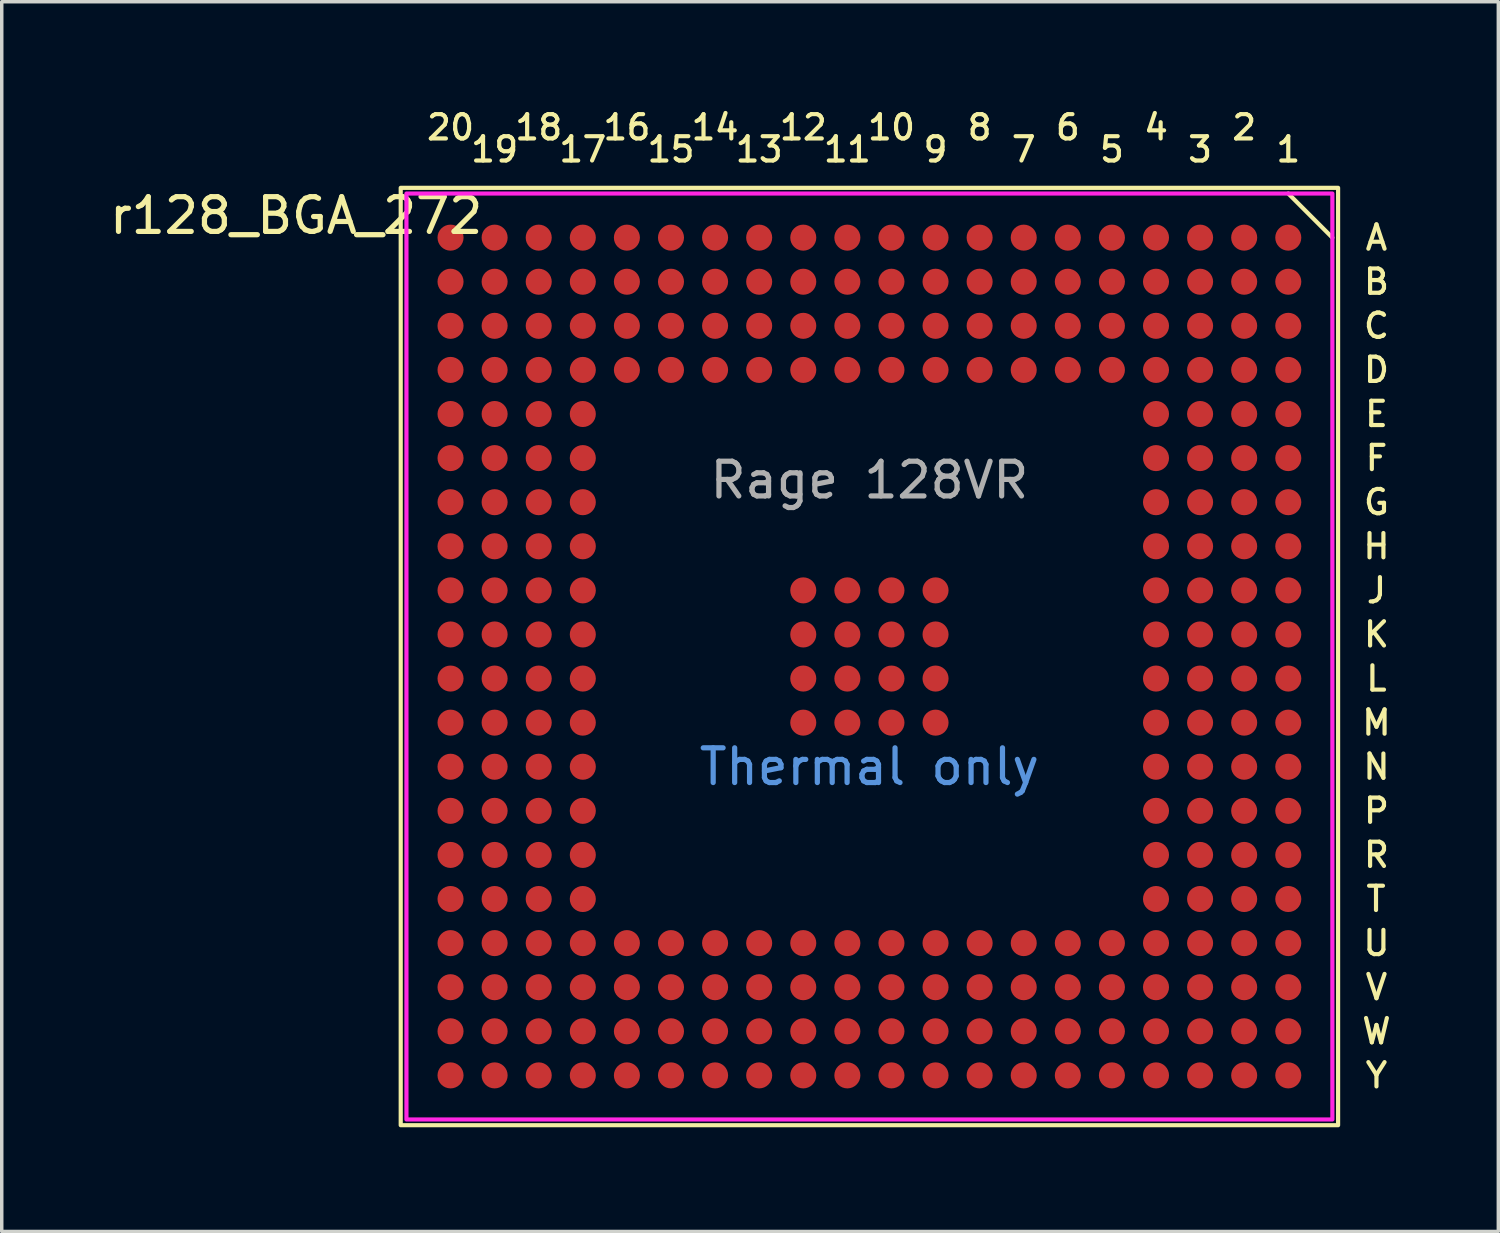
<source format=kicad_pcb>
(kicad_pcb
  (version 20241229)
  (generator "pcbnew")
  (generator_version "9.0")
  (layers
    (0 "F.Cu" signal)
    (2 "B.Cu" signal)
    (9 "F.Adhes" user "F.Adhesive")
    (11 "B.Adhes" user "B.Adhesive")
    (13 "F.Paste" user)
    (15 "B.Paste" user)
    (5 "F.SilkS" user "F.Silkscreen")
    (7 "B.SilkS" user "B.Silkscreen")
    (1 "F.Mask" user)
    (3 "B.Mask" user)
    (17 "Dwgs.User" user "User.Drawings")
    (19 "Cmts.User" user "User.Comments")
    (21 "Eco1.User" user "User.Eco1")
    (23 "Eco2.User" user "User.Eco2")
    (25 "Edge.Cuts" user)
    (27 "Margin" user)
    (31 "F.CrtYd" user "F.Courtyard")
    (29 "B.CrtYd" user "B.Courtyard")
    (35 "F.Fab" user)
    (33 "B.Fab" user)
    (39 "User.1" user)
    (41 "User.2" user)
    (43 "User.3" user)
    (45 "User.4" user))
  (footprint "r128_BGA_272"
    (layer "F.Cu")
    (at 9.927 3.795)
    (property "Reference" "r128_BGA_272" (at -4.445 -0.635 0) (unlocked yes) (layer "F.SilkS") (effects (font (size 1 1) (thickness 0.15))))
    (attr smd)
    (fp_circle (center 0 0) (end -0.3 0) (stroke (width 0) (type solid)) (fill yes) (layer "F.Mask"))
    (fp_circle (center 0 1.27) (end -0.3 1.27) (stroke (width 0) (type solid)) (fill yes) (layer "F.Mask"))
    (fp_circle (center 0 2.54) (end -0.3 2.54) (stroke (width 0) (type solid)) (fill yes) (layer "F.Mask"))
    (fp_circle (center 0 3.81) (end -0.3 3.81) (stroke (width 0) (type solid)) (fill yes) (layer "F.Mask"))
    (fp_circle (center 0 5.08) (end -0.3 5.08) (stroke (width 0) (type solid)) (fill yes) (layer "F.Mask"))
    (fp_circle (center 0 6.35) (end -0.3 6.35) (stroke (width 0) (type solid)) (fill yes) (layer "F.Mask"))
    (fp_circle (center 0 7.62) (end -0.3 7.62) (stroke (width 0) (type solid)) (fill yes) (layer "F.Mask"))
    (fp_circle (center 0 8.89) (end -0.3 8.89) (stroke (width 0) (type solid)) (fill yes) (layer "F.Mask"))
    (fp_circle (center 0 10.16) (end -0.3 10.16) (stroke (width 0) (type solid)) (fill yes) (layer "F.Mask"))
    (fp_circle (center 0 11.43) (end -0.3 11.43) (stroke (width 0) (type solid)) (fill yes) (layer "F.Mask"))
    (fp_circle (center 0 12.7) (end -0.3 12.7) (stroke (width 0) (type solid)) (fill yes) (layer "F.Mask"))
    (fp_circle (center 0 13.97) (end -0.3 13.97) (stroke (width 0) (type solid)) (fill yes) (layer "F.Mask"))
    (fp_circle (center 0 15.24) (end -0.3 15.24) (stroke (width 0) (type solid)) (fill yes) (layer "F.Mask"))
    (fp_circle (center 0 16.51) (end -0.3 16.51) (stroke (width 0) (type solid)) (fill yes) (layer "F.Mask"))
    (fp_circle (center 0 17.78) (end -0.3 17.78) (stroke (width 0) (type solid)) (fill yes) (layer "F.Mask"))
    (fp_circle (center 0 19.05) (end -0.3 19.05) (stroke (width 0) (type solid)) (fill yes) (layer "F.Mask"))
    (fp_circle (center 0 20.32) (end -0.3 20.32) (stroke (width 0) (type solid)) (fill yes) (layer "F.Mask"))
    (fp_circle (center 0 21.59) (end -0.3 21.59) (stroke (width 0) (type solid)) (fill yes) (layer "F.Mask"))
    (fp_circle (center 0 22.86) (end -0.3 22.86) (stroke (width 0) (type solid)) (fill yes) (layer "F.Mask"))
    (fp_circle (center 0 24.13) (end -0.3 24.13) (stroke (width 0) (type solid)) (fill yes) (layer "F.Mask"))
    (fp_circle (center 1.27 0) (end 0.97 0) (stroke (width 0) (type solid)) (fill yes) (layer "F.Mask"))
    (fp_circle (center 1.27 1.27) (end 0.97 1.27) (stroke (width 0) (type solid)) (fill yes) (layer "F.Mask"))
    (fp_circle (center 1.27 2.54) (end 0.97 2.54) (stroke (width 0) (type solid)) (fill yes) (layer "F.Mask"))
    (fp_circle (center 1.27 3.81) (end 0.97 3.81) (stroke (width 0) (type solid)) (fill yes) (layer "F.Mask"))
    (fp_circle (center 1.27 5.08) (end 0.97 5.08) (stroke (width 0) (type solid)) (fill yes) (layer "F.Mask"))
    (fp_circle (center 1.27 6.35) (end 0.97 6.35) (stroke (width 0) (type solid)) (fill yes) (layer "F.Mask"))
    (fp_circle (center 1.27 7.62) (end 0.97 7.62) (stroke (width 0) (type solid)) (fill yes) (layer "F.Mask"))
    (fp_circle (center 1.27 8.89) (end 0.97 8.89) (stroke (width 0) (type solid)) (fill yes) (layer "F.Mask"))
    (fp_circle (center 1.27 10.16) (end 0.97 10.16) (stroke (width 0) (type solid)) (fill yes) (layer "F.Mask"))
    (fp_circle (center 1.27 11.43) (end 0.97 11.43) (stroke (width 0) (type solid)) (fill yes) (layer "F.Mask"))
    (fp_circle (center 1.27 12.7) (end 0.97 12.7) (stroke (width 0) (type solid)) (fill yes) (layer "F.Mask"))
    (fp_circle (center 1.27 13.97) (end 0.97 13.97) (stroke (width 0) (type solid)) (fill yes) (layer "F.Mask"))
    (fp_circle (center 1.27 15.24) (end 0.97 15.24) (stroke (width 0) (type solid)) (fill yes) (layer "F.Mask"))
    (fp_circle (center 1.27 16.51) (end 0.97 16.51) (stroke (width 0) (type solid)) (fill yes) (layer "F.Mask"))
    (fp_circle (center 1.27 17.78) (end 0.97 17.78) (stroke (width 0) (type solid)) (fill yes) (layer "F.Mask"))
    (fp_circle (center 1.27 19.05) (end 0.97 19.05) (stroke (width 0) (type solid)) (fill yes) (layer "F.Mask"))
    (fp_circle (center 1.27 20.32) (end 0.97 20.32) (stroke (width 0) (type solid)) (fill yes) (layer "F.Mask"))
    (fp_circle (center 1.27 21.59) (end 0.97 21.59) (stroke (width 0) (type solid)) (fill yes) (layer "F.Mask"))
    (fp_circle (center 1.27 22.86) (end 0.97 22.86) (stroke (width 0) (type solid)) (fill yes) (layer "F.Mask"))
    (fp_circle (center 1.27 24.13) (end 0.97 24.13) (stroke (width 0) (type solid)) (fill yes) (layer "F.Mask"))
    (fp_circle (center 2.54 0) (end 2.24 0) (stroke (width 0) (type solid)) (fill yes) (layer "F.Mask"))
    (fp_circle (center 2.54 1.27) (end 2.24 1.27) (stroke (width 0) (type solid)) (fill yes) (layer "F.Mask"))
    (fp_circle (center 2.54 2.54) (end 2.24 2.54) (stroke (width 0) (type solid)) (fill yes) (layer "F.Mask"))
    (fp_circle (center 2.54 3.81) (end 2.24 3.81) (stroke (width 0) (type solid)) (fill yes) (layer "F.Mask"))
    (fp_circle (center 2.54 5.08) (end 2.24 5.08) (stroke (width 0) (type solid)) (fill yes) (layer "F.Mask"))
    (fp_circle (center 2.54 6.35) (end 2.24 6.35) (stroke (width 0) (type solid)) (fill yes) (layer "F.Mask"))
    (fp_circle (center 2.54 7.62) (end 2.24 7.62) (stroke (width 0) (type solid)) (fill yes) (layer "F.Mask"))
    (fp_circle (center 2.54 8.89) (end 2.24 8.89) (stroke (width 0) (type solid)) (fill yes) (layer "F.Mask"))
    (fp_circle (center 2.54 10.16) (end 2.24 10.16) (stroke (width 0) (type solid)) (fill yes) (layer "F.Mask"))
    (fp_circle (center 2.54 11.43) (end 2.24 11.43) (stroke (width 0) (type solid)) (fill yes) (layer "F.Mask"))
    (fp_circle (center 2.54 12.7) (end 2.24 12.7) (stroke (width 0) (type solid)) (fill yes) (layer "F.Mask"))
    (fp_circle (center 2.54 13.97) (end 2.24 13.97) (stroke (width 0) (type solid)) (fill yes) (layer "F.Mask"))
    (fp_circle (center 2.54 15.24) (end 2.24 15.24) (stroke (width 0) (type solid)) (fill yes) (layer "F.Mask"))
    (fp_circle (center 2.54 16.51) (end 2.24 16.51) (stroke (width 0) (type solid)) (fill yes) (layer "F.Mask"))
    (fp_circle (center 2.54 17.78) (end 2.24 17.78) (stroke (width 0) (type solid)) (fill yes) (layer "F.Mask"))
    (fp_circle (center 2.54 19.05) (end 2.24 19.05) (stroke (width 0) (type solid)) (fill yes) (layer "F.Mask"))
    (fp_circle (center 2.54 20.32) (end 2.24 20.32) (stroke (width 0) (type solid)) (fill yes) (layer "F.Mask"))
    (fp_circle (center 2.54 21.59) (end 2.24 21.59) (stroke (width 0) (type solid)) (fill yes) (layer "F.Mask"))
    (fp_circle (center 2.54 22.86) (end 2.24 22.86) (stroke (width 0) (type solid)) (fill yes) (layer "F.Mask"))
    (fp_circle (center 2.54 24.13) (end 2.24 24.13) (stroke (width 0) (type solid)) (fill yes) (layer "F.Mask"))
    (fp_circle (center 3.81 0) (end 3.51 0) (stroke (width 0) (type solid)) (fill yes) (layer "F.Mask"))
    (fp_circle (center 3.81 1.27) (end 3.51 1.27) (stroke (width 0) (type solid)) (fill yes) (layer "F.Mask"))
    (fp_circle (center 3.81 2.54) (end 3.51 2.54) (stroke (width 0) (type solid)) (fill yes) (layer "F.Mask"))
    (fp_circle (center 3.81 3.81) (end 3.51 3.81) (stroke (width 0) (type solid)) (fill yes) (layer "F.Mask"))
    (fp_circle (center 3.81 5.08) (end 3.51 5.08) (stroke (width 0) (type solid)) (fill yes) (layer "F.Mask"))
    (fp_circle (center 3.81 6.35) (end 3.51 6.35) (stroke (width 0) (type solid)) (fill yes) (layer "F.Mask"))
    (fp_circle (center 3.81 7.62) (end 3.51 7.62) (stroke (width 0) (type solid)) (fill yes) (layer "F.Mask"))
    (fp_circle (center 3.81 8.89) (end 3.51 8.89) (stroke (width 0) (type solid)) (fill yes) (layer "F.Mask"))
    (fp_circle (center 3.81 10.16) (end 3.51 10.16) (stroke (width 0) (type solid)) (fill yes) (layer "F.Mask"))
    (fp_circle (center 3.81 11.43) (end 3.51 11.43) (stroke (width 0) (type solid)) (fill yes) (layer "F.Mask"))
    (fp_circle (center 3.81 12.7) (end 3.51 12.7) (stroke (width 0) (type solid)) (fill yes) (layer "F.Mask"))
    (fp_circle (center 3.81 13.97) (end 3.51 13.97) (stroke (width 0) (type solid)) (fill yes) (layer "F.Mask"))
    (fp_circle (center 3.81 15.24) (end 3.51 15.24) (stroke (width 0) (type solid)) (fill yes) (layer "F.Mask"))
    (fp_circle (center 3.81 16.51) (end 3.51 16.51) (stroke (width 0) (type solid)) (fill yes) (layer "F.Mask"))
    (fp_circle (center 3.81 17.78) (end 3.51 17.78) (stroke (width 0) (type solid)) (fill yes) (layer "F.Mask"))
    (fp_circle (center 3.81 19.05) (end 3.51 19.05) (stroke (width 0) (type solid)) (fill yes) (layer "F.Mask"))
    (fp_circle (center 3.81 20.32) (end 3.51 20.32) (stroke (width 0) (type solid)) (fill yes) (layer "F.Mask"))
    (fp_circle (center 3.81 21.59) (end 3.51 21.59) (stroke (width 0) (type solid)) (fill yes) (layer "F.Mask"))
    (fp_circle (center 3.81 22.86) (end 3.51 22.86) (stroke (width 0) (type solid)) (fill yes) (layer "F.Mask"))
    (fp_circle (center 3.81 24.13) (end 3.51 24.13) (stroke (width 0) (type solid)) (fill yes) (layer "F.Mask"))
    (fp_circle (center 5.08 0) (end 4.78 0) (stroke (width 0) (type solid)) (fill yes) (layer "F.Mask"))
    (fp_circle (center 5.08 1.27) (end 4.78 1.27) (stroke (width 0) (type solid)) (fill yes) (layer "F.Mask"))
    (fp_circle (center 5.08 2.54) (end 4.78 2.54) (stroke (width 0) (type solid)) (fill yes) (layer "F.Mask"))
    (fp_circle (center 5.08 3.81) (end 4.78 3.81) (stroke (width 0) (type solid)) (fill yes) (layer "F.Mask"))
    (fp_circle (center 5.08 20.32) (end 4.78 20.32) (stroke (width 0) (type solid)) (fill yes) (layer "F.Mask"))
    (fp_circle (center 5.08 21.59) (end 4.78 21.59) (stroke (width 0) (type solid)) (fill yes) (layer "F.Mask"))
    (fp_circle (center 5.08 22.86) (end 4.78 22.86) (stroke (width 0) (type solid)) (fill yes) (layer "F.Mask"))
    (fp_circle (center 5.08 24.13) (end 4.78 24.13) (stroke (width 0) (type solid)) (fill yes) (layer "F.Mask"))
    (fp_circle (center 6.35 0) (end 6.05 0) (stroke (width 0) (type solid)) (fill yes) (layer "F.Mask"))
    (fp_circle (center 6.35 1.27) (end 6.05 1.27) (stroke (width 0) (type solid)) (fill yes) (layer "F.Mask"))
    (fp_circle (center 6.35 2.54) (end 6.05 2.54) (stroke (width 0) (type solid)) (fill yes) (layer "F.Mask"))
    (fp_circle (center 6.35 3.81) (end 6.05 3.81) (stroke (width 0) (type solid)) (fill yes) (layer "F.Mask"))
    (fp_circle (center 6.35 20.32) (end 6.05 20.32) (stroke (width 0) (type solid)) (fill yes) (layer "F.Mask"))
    (fp_circle (center 6.35 21.59) (end 6.05 21.59) (stroke (width 0) (type solid)) (fill yes) (layer "F.Mask"))
    (fp_circle (center 6.35 22.86) (end 6.05 22.86) (stroke (width 0) (type solid)) (fill yes) (layer "F.Mask"))
    (fp_circle (center 6.35 24.13) (end 6.05 24.13) (stroke (width 0) (type solid)) (fill yes) (layer "F.Mask"))
    (fp_circle (center 7.62 0) (end 7.32 0) (stroke (width 0) (type solid)) (fill yes) (layer "F.Mask"))
    (fp_circle (center 7.62 1.27) (end 7.32 1.27) (stroke (width 0) (type solid)) (fill yes) (layer "F.Mask"))
    (fp_circle (center 7.62 2.54) (end 7.32 2.54) (stroke (width 0) (type solid)) (fill yes) (layer "F.Mask"))
    (fp_circle (center 7.62 3.81) (end 7.32 3.81) (stroke (width 0) (type solid)) (fill yes) (layer "F.Mask"))
    (fp_circle (center 7.62 20.32) (end 7.32 20.32) (stroke (width 0) (type solid)) (fill yes) (layer "F.Mask"))
    (fp_circle (center 7.62 21.59) (end 7.32 21.59) (stroke (width 0) (type solid)) (fill yes) (layer "F.Mask"))
    (fp_circle (center 7.62 22.86) (end 7.32 22.86) (stroke (width 0) (type solid)) (fill yes) (layer "F.Mask"))
    (fp_circle (center 7.62 24.13) (end 7.32 24.13) (stroke (width 0) (type solid)) (fill yes) (layer "F.Mask"))
    (fp_circle (center 8.89 0) (end 8.59 0) (stroke (width 0) (type solid)) (fill yes) (layer "F.Mask"))
    (fp_circle (center 8.89 1.27) (end 8.59 1.27) (stroke (width 0) (type solid)) (fill yes) (layer "F.Mask"))
    (fp_circle (center 8.89 2.54) (end 8.59 2.54) (stroke (width 0) (type solid)) (fill yes) (layer "F.Mask"))
    (fp_circle (center 8.89 3.81) (end 8.59 3.81) (stroke (width 0) (type solid)) (fill yes) (layer "F.Mask"))
    (fp_circle (center 8.89 20.32) (end 8.59 20.32) (stroke (width 0) (type solid)) (fill yes) (layer "F.Mask"))
    (fp_circle (center 8.89 21.59) (end 8.59 21.59) (stroke (width 0) (type solid)) (fill yes) (layer "F.Mask"))
    (fp_circle (center 8.89 22.86) (end 8.59 22.86) (stroke (width 0) (type solid)) (fill yes) (layer "F.Mask"))
    (fp_circle (center 8.89 24.13) (end 8.59 24.13) (stroke (width 0) (type solid)) (fill yes) (layer "F.Mask"))
    (fp_circle (center 10.16 0) (end 9.86 0) (stroke (width 0) (type solid)) (fill yes) (layer "F.Mask"))
    (fp_circle (center 10.16 1.27) (end 9.86 1.27) (stroke (width 0) (type solid)) (fill yes) (layer "F.Mask"))
    (fp_circle (center 10.16 2.54) (end 9.86 2.54) (stroke (width 0) (type solid)) (fill yes) (layer "F.Mask"))
    (fp_circle (center 10.16 3.81) (end 9.86 3.81) (stroke (width 0) (type solid)) (fill yes) (layer "F.Mask"))
    (fp_circle (center 10.16 10.16) (end 9.86 10.16) (stroke (width 0) (type solid)) (fill yes) (layer "F.Mask"))
    (fp_circle (center 10.16 11.43) (end 9.86 11.43) (stroke (width 0) (type solid)) (fill yes) (layer "F.Mask"))
    (fp_circle (center 10.16 12.7) (end 9.86 12.7) (stroke (width 0) (type solid)) (fill yes) (layer "F.Mask"))
    (fp_circle (center 10.16 13.97) (end 9.86 13.97) (stroke (width 0) (type solid)) (fill yes) (layer "F.Mask"))
    (fp_circle (center 10.16 20.32) (end 9.86 20.32) (stroke (width 0) (type solid)) (fill yes) (layer "F.Mask"))
    (fp_circle (center 10.16 21.59) (end 9.86 21.59) (stroke (width 0) (type solid)) (fill yes) (layer "F.Mask"))
    (fp_circle (center 10.16 22.86) (end 9.86 22.86) (stroke (width 0) (type solid)) (fill yes) (layer "F.Mask"))
    (fp_circle (center 10.16 24.13) (end 9.86 24.13) (stroke (width 0) (type solid)) (fill yes) (layer "F.Mask"))
    (fp_circle (center 11.43 0) (end 11.13 0) (stroke (width 0) (type solid)) (fill yes) (layer "F.Mask"))
    (fp_circle (center 11.43 1.27) (end 11.13 1.27) (stroke (width 0) (type solid)) (fill yes) (layer "F.Mask"))
    (fp_circle (center 11.43 2.54) (end 11.13 2.54) (stroke (width 0) (type solid)) (fill yes) (layer "F.Mask"))
    (fp_circle (center 11.43 3.81) (end 11.13 3.81) (stroke (width 0) (type solid)) (fill yes) (layer "F.Mask"))
    (fp_circle (center 11.43 10.16) (end 11.13 10.16) (stroke (width 0) (type solid)) (fill yes) (layer "F.Mask"))
    (fp_circle (center 11.43 11.43) (end 11.13 11.43) (stroke (width 0) (type solid)) (fill yes) (layer "F.Mask"))
    (fp_circle (center 11.43 12.7) (end 11.13 12.7) (stroke (width 0) (type solid)) (fill yes) (layer "F.Mask"))
    (fp_circle (center 11.43 13.97) (end 11.13 13.97) (stroke (width 0) (type solid)) (fill yes) (layer "F.Mask"))
    (fp_circle (center 11.43 20.32) (end 11.13 20.32) (stroke (width 0) (type solid)) (fill yes) (layer "F.Mask"))
    (fp_circle (center 11.43 21.59) (end 11.13 21.59) (stroke (width 0) (type solid)) (fill yes) (layer "F.Mask"))
    (fp_circle (center 11.43 22.86) (end 11.13 22.86) (stroke (width 0) (type solid)) (fill yes) (layer "F.Mask"))
    (fp_circle (center 11.43 24.13) (end 11.13 24.13) (stroke (width 0) (type solid)) (fill yes) (layer "F.Mask"))
    (fp_circle (center 12.7 0) (end 12.4 0) (stroke (width 0) (type solid)) (fill yes) (layer "F.Mask"))
    (fp_circle (center 12.7 1.27) (end 12.4 1.27) (stroke (width 0) (type solid)) (fill yes) (layer "F.Mask"))
    (fp_circle (center 12.7 2.54) (end 12.4 2.54) (stroke (width 0) (type solid)) (fill yes) (layer "F.Mask"))
    (fp_circle (center 12.7 3.81) (end 12.4 3.81) (stroke (width 0) (type solid)) (fill yes) (layer "F.Mask"))
    (fp_circle (center 12.7 10.16) (end 12.4 10.16) (stroke (width 0) (type solid)) (fill yes) (layer "F.Mask"))
    (fp_circle (center 12.7 11.43) (end 12.4 11.43) (stroke (width 0) (type solid)) (fill yes) (layer "F.Mask"))
    (fp_circle (center 12.7 12.7) (end 12.4 12.7) (stroke (width 0) (type solid)) (fill yes) (layer "F.Mask"))
    (fp_circle (center 12.7 13.97) (end 12.4 13.97) (stroke (width 0) (type solid)) (fill yes) (layer "F.Mask"))
    (fp_circle (center 12.7 20.32) (end 12.4 20.32) (stroke (width 0) (type solid)) (fill yes) (layer "F.Mask"))
    (fp_circle (center 12.7 21.59) (end 12.4 21.59) (stroke (width 0) (type solid)) (fill yes) (layer "F.Mask"))
    (fp_circle (center 12.7 22.86) (end 12.4 22.86) (stroke (width 0) (type solid)) (fill yes) (layer "F.Mask"))
    (fp_circle (center 12.7 24.13) (end 12.4 24.13) (stroke (width 0) (type solid)) (fill yes) (layer "F.Mask"))
    (fp_circle (center 13.97 0) (end 13.67 0) (stroke (width 0) (type solid)) (fill yes) (layer "F.Mask"))
    (fp_circle (center 13.97 1.27) (end 13.67 1.27) (stroke (width 0) (type solid)) (fill yes) (layer "F.Mask"))
    (fp_circle (center 13.97 2.54) (end 13.67 2.54) (stroke (width 0) (type solid)) (fill yes) (layer "F.Mask"))
    (fp_circle (center 13.97 3.81) (end 13.67 3.81) (stroke (width 0) (type solid)) (fill yes) (layer "F.Mask"))
    (fp_circle (center 13.97 10.16) (end 13.67 10.16) (stroke (width 0) (type solid)) (fill yes) (layer "F.Mask"))
    (fp_circle (center 13.97 11.43) (end 13.67 11.43) (stroke (width 0) (type solid)) (fill yes) (layer "F.Mask"))
    (fp_circle (center 13.97 12.7) (end 13.67 12.7) (stroke (width 0) (type solid)) (fill yes) (layer "F.Mask"))
    (fp_circle (center 13.97 13.97) (end 13.67 13.97) (stroke (width 0) (type solid)) (fill yes) (layer "F.Mask"))
    (fp_circle (center 13.97 20.32) (end 13.67 20.32) (stroke (width 0) (type solid)) (fill yes) (layer "F.Mask"))
    (fp_circle (center 13.97 21.59) (end 13.67 21.59) (stroke (width 0) (type solid)) (fill yes) (layer "F.Mask"))
    (fp_circle (center 13.97 22.86) (end 13.67 22.86) (stroke (width 0) (type solid)) (fill yes) (layer "F.Mask"))
    (fp_circle (center 13.97 24.13) (end 13.67 24.13) (stroke (width 0) (type solid)) (fill yes) (layer "F.Mask"))
    (fp_circle (center 15.24 0) (end 14.94 0) (stroke (width 0) (type solid)) (fill yes) (layer "F.Mask"))
    (fp_circle (center 15.24 1.27) (end 14.94 1.27) (stroke (width 0) (type solid)) (fill yes) (layer "F.Mask"))
    (fp_circle (center 15.24 2.54) (end 14.94 2.54) (stroke (width 0) (type solid)) (fill yes) (layer "F.Mask"))
    (fp_circle (center 15.24 3.81) (end 14.94 3.81) (stroke (width 0) (type solid)) (fill yes) (layer "F.Mask"))
    (fp_circle (center 15.24 20.32) (end 14.94 20.32) (stroke (width 0) (type solid)) (fill yes) (layer "F.Mask"))
    (fp_circle (center 15.24 21.59) (end 14.94 21.59) (stroke (width 0) (type solid)) (fill yes) (layer "F.Mask"))
    (fp_circle (center 15.24 22.86) (end 14.94 22.86) (stroke (width 0) (type solid)) (fill yes) (layer "F.Mask"))
    (fp_circle (center 15.24 24.13) (end 14.94 24.13) (stroke (width 0) (type solid)) (fill yes) (layer "F.Mask"))
    (fp_circle (center 16.51 0) (end 16.21 0) (stroke (width 0) (type solid)) (fill yes) (layer "F.Mask"))
    (fp_circle (center 16.51 1.27) (end 16.21 1.27) (stroke (width 0) (type solid)) (fill yes) (layer "F.Mask"))
    (fp_circle (center 16.51 2.54) (end 16.21 2.54) (stroke (width 0) (type solid)) (fill yes) (layer "F.Mask"))
    (fp_circle (center 16.51 3.81) (end 16.21 3.81) (stroke (width 0) (type solid)) (fill yes) (layer "F.Mask"))
    (fp_circle (center 16.51 20.32) (end 16.21 20.32) (stroke (width 0) (type solid)) (fill yes) (layer "F.Mask"))
    (fp_circle (center 16.51 21.59) (end 16.21 21.59) (stroke (width 0) (type solid)) (fill yes) (layer "F.Mask"))
    (fp_circle (center 16.51 22.86) (end 16.21 22.86) (stroke (width 0) (type solid)) (fill yes) (layer "F.Mask"))
    (fp_circle (center 16.51 24.13) (end 16.21 24.13) (stroke (width 0) (type solid)) (fill yes) (layer "F.Mask"))
    (fp_circle (center 17.78 0) (end 17.48 0) (stroke (width 0) (type solid)) (fill yes) (layer "F.Mask"))
    (fp_circle (center 17.78 1.27) (end 17.48 1.27) (stroke (width 0) (type solid)) (fill yes) (layer "F.Mask"))
    (fp_circle (center 17.78 2.54) (end 17.48 2.54) (stroke (width 0) (type solid)) (fill yes) (layer "F.Mask"))
    (fp_circle (center 17.78 3.81) (end 17.48 3.81) (stroke (width 0) (type solid)) (fill yes) (layer "F.Mask"))
    (fp_circle (center 17.78 20.32) (end 17.48 20.32) (stroke (width 0) (type solid)) (fill yes) (layer "F.Mask"))
    (fp_circle (center 17.78 21.59) (end 17.48 21.59) (stroke (width 0) (type solid)) (fill yes) (layer "F.Mask"))
    (fp_circle (center 17.78 22.86) (end 17.48 22.86) (stroke (width 0) (type solid)) (fill yes) (layer "F.Mask"))
    (fp_circle (center 17.78 24.13) (end 17.48 24.13) (stroke (width 0) (type solid)) (fill yes) (layer "F.Mask"))
    (fp_circle (center 19.05 0) (end 18.75 0) (stroke (width 0) (type solid)) (fill yes) (layer "F.Mask"))
    (fp_circle (center 19.05 1.27) (end 18.75 1.27) (stroke (width 0) (type solid)) (fill yes) (layer "F.Mask"))
    (fp_circle (center 19.05 2.54) (end 18.75 2.54) (stroke (width 0) (type solid)) (fill yes) (layer "F.Mask"))
    (fp_circle (center 19.05 3.81) (end 18.75 3.81) (stroke (width 0) (type solid)) (fill yes) (layer "F.Mask"))
    (fp_circle (center 19.05 20.32) (end 18.75 20.32) (stroke (width 0) (type solid)) (fill yes) (layer "F.Mask"))
    (fp_circle (center 19.05 21.59) (end 18.75 21.59) (stroke (width 0) (type solid)) (fill yes) (layer "F.Mask"))
    (fp_circle (center 19.05 22.86) (end 18.75 22.86) (stroke (width 0) (type solid)) (fill yes) (layer "F.Mask"))
    (fp_circle (center 19.05 24.13) (end 18.75 24.13) (stroke (width 0) (type solid)) (fill yes) (layer "F.Mask"))
    (fp_circle (center 20.32 0) (end 20.02 0) (stroke (width 0) (type solid)) (fill yes) (layer "F.Mask"))
    (fp_circle (center 20.32 1.27) (end 20.02 1.27) (stroke (width 0) (type solid)) (fill yes) (layer "F.Mask"))
    (fp_circle (center 20.32 2.54) (end 20.02 2.54) (stroke (width 0) (type solid)) (fill yes) (layer "F.Mask"))
    (fp_circle (center 20.32 3.81) (end 20.02 3.81) (stroke (width 0) (type solid)) (fill yes) (layer "F.Mask"))
    (fp_circle (center 20.32 5.08) (end 20.02 5.08) (stroke (width 0) (type solid)) (fill yes) (layer "F.Mask"))
    (fp_circle (center 20.32 6.35) (end 20.02 6.35) (stroke (width 0) (type solid)) (fill yes) (layer "F.Mask"))
    (fp_circle (center 20.32 7.62) (end 20.02 7.62) (stroke (width 0) (type solid)) (fill yes) (layer "F.Mask"))
    (fp_circle (center 20.32 8.89) (end 20.02 8.89) (stroke (width 0) (type solid)) (fill yes) (layer "F.Mask"))
    (fp_circle (center 20.32 10.16) (end 20.02 10.16) (stroke (width 0) (type solid)) (fill yes) (layer "F.Mask"))
    (fp_circle (center 20.32 11.43) (end 20.02 11.43) (stroke (width 0) (type solid)) (fill yes) (layer "F.Mask"))
    (fp_circle (center 20.32 12.7) (end 20.02 12.7) (stroke (width 0) (type solid)) (fill yes) (layer "F.Mask"))
    (fp_circle (center 20.32 13.97) (end 20.02 13.97) (stroke (width 0) (type solid)) (fill yes) (layer "F.Mask"))
    (fp_circle (center 20.32 15.24) (end 20.02 15.24) (stroke (width 0) (type solid)) (fill yes) (layer "F.Mask"))
    (fp_circle (center 20.32 16.51) (end 20.02 16.51) (stroke (width 0) (type solid)) (fill yes) (layer "F.Mask"))
    (fp_circle (center 20.32 17.78) (end 20.02 17.78) (stroke (width 0) (type solid)) (fill yes) (layer "F.Mask"))
    (fp_circle (center 20.32 19.05) (end 20.02 19.05) (stroke (width 0) (type solid)) (fill yes) (layer "F.Mask"))
    (fp_circle (center 20.32 20.32) (end 20.02 20.32) (stroke (width 0) (type solid)) (fill yes) (layer "F.Mask"))
    (fp_circle (center 20.32 21.59) (end 20.02 21.59) (stroke (width 0) (type solid)) (fill yes) (layer "F.Mask"))
    (fp_circle (center 20.32 22.86) (end 20.02 22.86) (stroke (width 0) (type solid)) (fill yes) (layer "F.Mask"))
    (fp_circle (center 20.32 24.13) (end 20.02 24.13) (stroke (width 0) (type solid)) (fill yes) (layer "F.Mask"))
    (fp_circle (center 21.59 0) (end 21.29 0) (stroke (width 0) (type solid)) (fill yes) (layer "F.Mask"))
    (fp_circle (center 21.59 1.27) (end 21.29 1.27) (stroke (width 0) (type solid)) (fill yes) (layer "F.Mask"))
    (fp_circle (center 21.59 2.54) (end 21.29 2.54) (stroke (width 0) (type solid)) (fill yes) (layer "F.Mask"))
    (fp_circle (center 21.59 3.81) (end 21.29 3.81) (stroke (width 0) (type solid)) (fill yes) (layer "F.Mask"))
    (fp_circle (center 21.59 5.08) (end 21.29 5.08) (stroke (width 0) (type solid)) (fill yes) (layer "F.Mask"))
    (fp_circle (center 21.59 6.35) (end 21.29 6.35) (stroke (width 0) (type solid)) (fill yes) (layer "F.Mask"))
    (fp_circle (center 21.59 7.62) (end 21.29 7.62) (stroke (width 0) (type solid)) (fill yes) (layer "F.Mask"))
    (fp_circle (center 21.59 8.89) (end 21.29 8.89) (stroke (width 0) (type solid)) (fill yes) (layer "F.Mask"))
    (fp_circle (center 21.59 10.16) (end 21.29 10.16) (stroke (width 0) (type solid)) (fill yes) (layer "F.Mask"))
    (fp_circle (center 21.59 11.43) (end 21.29 11.43) (stroke (width 0) (type solid)) (fill yes) (layer "F.Mask"))
    (fp_circle (center 21.59 12.7) (end 21.29 12.7) (stroke (width 0) (type solid)) (fill yes) (layer "F.Mask"))
    (fp_circle (center 21.59 13.97) (end 21.29 13.97) (stroke (width 0) (type solid)) (fill yes) (layer "F.Mask"))
    (fp_circle (center 21.59 15.24) (end 21.29 15.24) (stroke (width 0) (type solid)) (fill yes) (layer "F.Mask"))
    (fp_circle (center 21.59 16.51) (end 21.29 16.51) (stroke (width 0) (type solid)) (fill yes) (layer "F.Mask"))
    (fp_circle (center 21.59 17.78) (end 21.29 17.78) (stroke (width 0) (type solid)) (fill yes) (layer "F.Mask"))
    (fp_circle (center 21.59 19.05) (end 21.29 19.05) (stroke (width 0) (type solid)) (fill yes) (layer "F.Mask"))
    (fp_circle (center 21.59 20.32) (end 21.29 20.32) (stroke (width 0) (type solid)) (fill yes) (layer "F.Mask"))
    (fp_circle (center 21.59 21.59) (end 21.29 21.59) (stroke (width 0) (type solid)) (fill yes) (layer "F.Mask"))
    (fp_circle (center 21.59 22.86) (end 21.29 22.86) (stroke (width 0) (type solid)) (fill yes) (layer "F.Mask"))
    (fp_circle (center 21.59 24.13) (end 21.29 24.13) (stroke (width 0) (type solid)) (fill yes) (layer "F.Mask"))
    (fp_circle (center 22.86 0) (end 22.56 0) (stroke (width 0) (type solid)) (fill yes) (layer "F.Mask"))
    (fp_circle (center 22.86 1.27) (end 22.56 1.27) (stroke (width 0) (type solid)) (fill yes) (layer "F.Mask"))
    (fp_circle (center 22.86 2.54) (end 22.56 2.54) (stroke (width 0) (type solid)) (fill yes) (layer "F.Mask"))
    (fp_circle (center 22.86 3.81) (end 22.56 3.81) (stroke (width 0) (type solid)) (fill yes) (layer "F.Mask"))
    (fp_circle (center 22.86 5.08) (end 22.56 5.08) (stroke (width 0) (type solid)) (fill yes) (layer "F.Mask"))
    (fp_circle (center 22.86 6.35) (end 22.56 6.35) (stroke (width 0) (type solid)) (fill yes) (layer "F.Mask"))
    (fp_circle (center 22.86 7.62) (end 22.56 7.62) (stroke (width 0) (type solid)) (fill yes) (layer "F.Mask"))
    (fp_circle (center 22.86 8.89) (end 22.56 8.89) (stroke (width 0) (type solid)) (fill yes) (layer "F.Mask"))
    (fp_circle (center 22.86 10.16) (end 22.56 10.16) (stroke (width 0) (type solid)) (fill yes) (layer "F.Mask"))
    (fp_circle (center 22.86 11.43) (end 22.56 11.43) (stroke (width 0) (type solid)) (fill yes) (layer "F.Mask"))
    (fp_circle (center 22.86 12.7) (end 22.56 12.7) (stroke (width 0) (type solid)) (fill yes) (layer "F.Mask"))
    (fp_circle (center 22.86 13.97) (end 22.56 13.97) (stroke (width 0) (type solid)) (fill yes) (layer "F.Mask"))
    (fp_circle (center 22.86 15.24) (end 22.56 15.24) (stroke (width 0) (type solid)) (fill yes) (layer "F.Mask"))
    (fp_circle (center 22.86 16.51) (end 22.56 16.51) (stroke (width 0) (type solid)) (fill yes) (layer "F.Mask"))
    (fp_circle (center 22.86 17.78) (end 22.56 17.78) (stroke (width 0) (type solid)) (fill yes) (layer "F.Mask"))
    (fp_circle (center 22.86 19.05) (end 22.56 19.05) (stroke (width 0) (type solid)) (fill yes) (layer "F.Mask"))
    (fp_circle (center 22.86 20.32) (end 22.56 20.32) (stroke (width 0) (type solid)) (fill yes) (layer "F.Mask"))
    (fp_circle (center 22.86 21.59) (end 22.56 21.59) (stroke (width 0) (type solid)) (fill yes) (layer "F.Mask"))
    (fp_circle (center 22.86 22.86) (end 22.56 22.86) (stroke (width 0) (type solid)) (fill yes) (layer "F.Mask"))
    (fp_circle (center 22.86 24.13) (end 22.56 24.13) (stroke (width 0) (type solid)) (fill yes) (layer "F.Mask"))
    (fp_circle (center 24.13 0) (end 23.83 0) (stroke (width 0) (type solid)) (fill yes) (layer "F.Mask"))
    (fp_circle (center 24.13 1.27) (end 23.83 1.27) (stroke (width 0) (type solid)) (fill yes) (layer "F.Mask"))
    (fp_circle (center 24.13 2.54) (end 23.83 2.54) (stroke (width 0) (type solid)) (fill yes) (layer "F.Mask"))
    (fp_circle (center 24.13 3.81) (end 23.83 3.81) (stroke (width 0) (type solid)) (fill yes) (layer "F.Mask"))
    (fp_circle (center 24.13 5.08) (end 23.83 5.08) (stroke (width 0) (type solid)) (fill yes) (layer "F.Mask"))
    (fp_circle (center 24.13 6.35) (end 23.83 6.35) (stroke (width 0) (type solid)) (fill yes) (layer "F.Mask"))
    (fp_circle (center 24.13 7.62) (end 23.83 7.62) (stroke (width 0) (type solid)) (fill yes) (layer "F.Mask"))
    (fp_circle (center 24.13 8.89) (end 23.83 8.89) (stroke (width 0) (type solid)) (fill yes) (layer "F.Mask"))
    (fp_circle (center 24.13 10.16) (end 23.83 10.16) (stroke (width 0) (type solid)) (fill yes) (layer "F.Mask"))
    (fp_circle (center 24.13 11.43) (end 23.83 11.43) (stroke (width 0) (type solid)) (fill yes) (layer "F.Mask"))
    (fp_circle (center 24.13 12.7) (end 23.83 12.7) (stroke (width 0) (type solid)) (fill yes) (layer "F.Mask"))
    (fp_circle (center 24.13 13.97) (end 23.83 13.97) (stroke (width 0) (type solid)) (fill yes) (layer "F.Mask"))
    (fp_circle (center 24.13 15.24) (end 23.83 15.24) (stroke (width 0) (type solid)) (fill yes) (layer "F.Mask"))
    (fp_circle (center 24.13 16.51) (end 23.83 16.51) (stroke (width 0) (type solid)) (fill yes) (layer "F.Mask"))
    (fp_circle (center 24.13 17.78) (end 23.83 17.78) (stroke (width 0) (type solid)) (fill yes) (layer "F.Mask"))
    (fp_circle (center 24.13 19.05) (end 23.83 19.05) (stroke (width 0) (type solid)) (fill yes) (layer "F.Mask"))
    (fp_circle (center 24.13 20.32) (end 23.83 20.32) (stroke (width 0) (type solid)) (fill yes) (layer "F.Mask"))
    (fp_circle (center 24.13 21.59) (end 23.83 21.59) (stroke (width 0) (type solid)) (fill yes) (layer "F.Mask"))
    (fp_circle (center 24.13 22.86) (end 23.83 22.86) (stroke (width 0) (type solid)) (fill yes) (layer "F.Mask"))
    (fp_circle (center 24.13 24.13) (end 23.83 24.13) (stroke (width 0) (type solid)) (fill yes) (layer "F.Mask"))
    (fp_line (start 24.13 -1.27) (end 25.4 0) (stroke (width 0.12) (type solid)) (layer "F.SilkS"))
    (fp_rect (start 25.565 25.565) (end -1.435 -1.435) (stroke (width 0.12) (type solid)) (fill no) (layer "F.SilkS"))
    (fp_rect (start -1.27 -1.27) (end 25.4 25.4) (stroke (width 0.12) (type solid)) (fill no) (layer "F.CrtYd"))
    (fp_text user "N" (at 26.67 15.24 0) (unlocked yes) (layer "F.SilkS") (effects (font (size 0.7 0.7) (thickness 0.12))))
    (fp_text user "3" (at 21.59 -2.54 0) (unlocked yes) (layer "F.SilkS") (effects (font (size 0.7 0.7) (thickness 0.12))))
    (fp_text user "H" (at 26.67 8.89 0) (unlocked yes) (layer "F.SilkS") (effects (font (size 0.7 0.7) (thickness 0.12))))
    (fp_text user "E" (at 26.67 5.08 0) (unlocked yes) (layer "F.SilkS") (effects (font (size 0.7 0.7) (thickness 0.12))))
    (fp_text user "1" (at 24.13 -2.54 0) (unlocked yes) (layer "F.SilkS") (effects (font (size 0.7 0.7) (thickness 0.12))))
    (fp_text user "B" (at 26.67 1.27 0) (unlocked yes) (layer "F.SilkS") (effects (font (size 0.7 0.7) (thickness 0.12))))
    (fp_text user "6" (at 17.78 -3.175 0) (unlocked yes) (layer "F.SilkS") (effects (font (size 0.7 0.7) (thickness 0.12))))
    (fp_text user "M" (at 26.67 13.97 0) (unlocked yes) (layer "F.SilkS") (effects (font (size 0.7 0.7) (thickness 0.12))))
    (fp_text user "8" (at 15.24 -3.175 0) (unlocked yes) (layer "F.SilkS") (effects (font (size 0.7 0.7) (thickness 0.12))))
    (fp_text user "14" (at 7.62 -3.175 0) (unlocked yes) (layer "F.SilkS") (effects (font (size 0.7 0.7) (thickness 0.12))))
    (fp_text user "19" (at 1.27 -2.54 0) (unlocked yes) (layer "F.SilkS") (effects (font (size 0.7 0.7) (thickness 0.12))))
    (fp_text user "L" (at 26.67 12.7 0) (unlocked yes) (layer "F.SilkS") (effects (font (size 0.7 0.7) (thickness 0.12))))
    (fp_text user "V" (at 26.67 21.59 0) (unlocked yes) (layer "F.SilkS") (effects (font (size 0.7 0.7) (thickness 0.12))))
    (fp_text user "D" (at 26.67 3.81 0) (unlocked yes) (layer "F.SilkS") (effects (font (size 0.7 0.7) (thickness 0.12))))
    (fp_text user "Y" (at 26.67 24.13 0) (unlocked yes) (layer "F.SilkS") (effects (font (size 0.7 0.7) (thickness 0.12))))
    (fp_text user "11" (at 11.43 -2.54 0) (unlocked yes) (layer "F.SilkS") (effects (font (size 0.7 0.7) (thickness 0.12))))
    (fp_text user "17" (at 3.81 -2.54 0) (unlocked yes) (layer "F.SilkS") (effects (font (size 0.7 0.7) (thickness 0.12))))
    (fp_text user "5" (at 19.05 -2.54 0) (unlocked yes) (layer "F.SilkS") (effects (font (size 0.7 0.7) (thickness 0.12))))
    (fp_text user "W" (at 26.67 22.86 0) (unlocked yes) (layer "F.SilkS") (effects (font (size 0.7 0.7) (thickness 0.12))))
    (fp_text user "12" (at 10.16 -3.175 0) (unlocked yes) (layer "F.SilkS") (effects (font (size 0.7 0.7) (thickness 0.12))))
    (fp_text user "10" (at 12.7 -3.175 0) (unlocked yes) (layer "F.SilkS") (effects (font (size 0.7 0.7) (thickness 0.12))))
    (fp_text user "K" (at 26.67 11.43 0) (unlocked yes) (layer "F.SilkS") (effects (font (size 0.7 0.7) (thickness 0.12))))
    (fp_text user "J" (at 26.67 10.16 0) (unlocked yes) (layer "F.SilkS") (effects (font (size 0.7 0.7) (thickness 0.12))))
    (fp_text user "18" (at 2.54 -3.175 0) (unlocked yes) (layer "F.SilkS") (effects (font (size 0.7 0.7) (thickness 0.12))))
    (fp_text user "R" (at 26.67 17.78 0) (unlocked yes) (layer "F.SilkS") (effects (font (size 0.7 0.7) (thickness 0.12))))
    (fp_text user "4" (at 20.32 -3.175 0) (unlocked yes) (layer "F.SilkS") (effects (font (size 0.7 0.7) (thickness 0.12))))
    (fp_text user "16" (at 5.08 -3.175 0) (unlocked yes) (layer "F.SilkS") (effects (font (size 0.7 0.7) (thickness 0.12))))
    (fp_text user "C" (at 26.67 2.54 0) (unlocked yes) (layer "F.SilkS") (effects (font (size 0.7 0.7) (thickness 0.12))))
    (fp_text user "P" (at 26.67 16.51 0) (unlocked yes) (layer "F.SilkS") (effects (font (size 0.7 0.7) (thickness 0.12))))
    (fp_text user "F" (at 26.67 6.35 0) (unlocked yes) (layer "F.SilkS") (effects (font (size 0.7 0.7) (thickness 0.12))))
    (fp_text user "T" (at 26.657 19.049 0) (unlocked yes) (layer "F.SilkS") (effects (font (size 0.7 0.7) (thickness 0.12))))
    (fp_text user "G" (at 26.67 7.62 0) (unlocked yes) (layer "F.SilkS") (effects (font (size 0.7 0.7) (thickness 0.12))))
    (fp_text user "7" (at 16.51 -2.54 0) (unlocked yes) (layer "F.SilkS") (effects (font (size 0.7 0.7) (thickness 0.12))))
    (fp_text user "9" (at 13.97 -2.54 0) (unlocked yes) (layer "F.SilkS") (effects (font (size 0.7 0.7) (thickness 0.12))))
    (fp_text user "20" (at 0 -3.175 0) (unlocked yes) (layer "F.SilkS") (effects (font (size 0.7 0.7) (thickness 0.12))))
    (fp_text user "U" (at 26.67 20.32 0) (unlocked yes) (layer "F.SilkS") (effects (font (size 0.7 0.7) (thickness 0.12))))
    (fp_text user "2" (at 22.86 -3.175 0) (unlocked yes) (layer "F.SilkS") (effects (font (size 0.7 0.7) (thickness 0.12))))
    (fp_text user "A" (at 26.67 0 0) (unlocked yes) (layer "F.SilkS") (effects (font (size 0.7 0.7) (thickness 0.12))))
    (fp_text user "13" (at 8.89 -2.54 0) (unlocked yes) (layer "F.SilkS") (effects (font (size 0.7 0.7) (thickness 0.12))))
    (fp_text user "15" (at 6.35 -2.54 0) (unlocked yes) (layer "F.SilkS") (effects (font (size 0.7 0.7) (thickness 0.12))))
    (fp_text user "Thermal only" (at 12.065 15.24 0) (unlocked yes) (layer "Cmts.User") (effects (font (size 1 1) (thickness 0.15))))
    (fp_text user "Rage 128VR" (at 12.065 6.985 0) (unlocked yes) (layer "F.Fab") (effects (font (size 1 1) (thickness 0.15))))
    (pad "A1" smd circle (at 24.13 0 270) (size 0.75 0.75) (layers "F.Cu"))
    (pad "A2" smd circle (at 22.86 0 270) (size 0.75 0.75) (layers "F.Cu"))
    (pad "A3" smd circle (at 21.59 0 270) (size 0.75 0.75) (layers "F.Cu"))
    (pad "A4" smd circle (at 20.32 0 270) (size 0.75 0.75) (layers "F.Cu"))
    (pad "A5" smd circle (at 19.05 0 270) (size 0.75 0.75) (layers "F.Cu"))
    (pad "A6" smd circle (at 17.78 0 270) (size 0.75 0.75) (layers "F.Cu"))
    (pad "A7" smd circle (at 16.51 0 270) (size 0.75 0.75) (layers "F.Cu"))
    (pad "A8" smd circle (at 15.24 0 270) (size 0.75 0.75) (layers "F.Cu"))
    (pad "A9" smd circle (at 13.97 0 270) (size 0.75 0.75) (layers "F.Cu"))
    (pad "A10" smd circle (at 12.7 0 270) (size 0.75 0.75) (layers "F.Cu"))
    (pad "A11" smd circle (at 11.43 0 270) (size 0.75 0.75) (layers "F.Cu"))
    (pad "A12" smd circle (at 10.16 0 270) (size 0.75 0.75) (layers "F.Cu"))
    (pad "A13" smd circle (at 8.89 0 270) (size 0.75 0.75) (layers "F.Cu"))
    (pad "A14" smd circle (at 7.62 0 270) (size 0.75 0.75) (layers "F.Cu"))
    (pad "A15" smd circle (at 6.35 0 270) (size 0.75 0.75) (layers "F.Cu"))
    (pad "A16" smd circle (at 5.08 0 270) (size 0.75 0.75) (layers "F.Cu"))
    (pad "A17" smd circle (at 3.81 0 270) (size 0.75 0.75) (layers "F.Cu"))
    (pad "A18" smd circle (at 2.54 0 270) (size 0.75 0.75) (layers "F.Cu"))
    (pad "A19" smd circle (at 1.27 0 270) (size 0.75 0.75) (layers "F.Cu"))
    (pad "A20" smd circle (at 0 0 270) (size 0.75 0.75) (layers "F.Cu"))
    (pad "B1" smd circle (at 24.13 1.27 270) (size 0.75 0.75) (layers "F.Cu"))
    (pad "B2" smd circle (at 22.86 1.27 270) (size 0.75 0.75) (layers "F.Cu"))
    (pad "B3" smd circle (at 21.59 1.27 270) (size 0.75 0.75) (layers "F.Cu"))
    (pad "B4" smd circle (at 20.32 1.27 270) (size 0.75 0.75) (layers "F.Cu"))
    (pad "B5" smd circle (at 19.05 1.27 270) (size 0.75 0.75) (layers "F.Cu"))
    (pad "B6" smd circle (at 17.78 1.27 270) (size 0.75 0.75) (layers "F.Cu"))
    (pad "B7" smd circle (at 16.51 1.27 270) (size 0.75 0.75) (layers "F.Cu"))
    (pad "B8" smd circle (at 15.24 1.27 270) (size 0.75 0.75) (layers "F.Cu"))
    (pad "B9" smd circle (at 13.97 1.27 270) (size 0.75 0.75) (layers "F.Cu"))
    (pad "B10" smd circle (at 12.7 1.27 270) (size 0.75 0.75) (layers "F.Cu"))
    (pad "B11" smd circle (at 11.43 1.27 270) (size 0.75 0.75) (layers "F.Cu"))
    (pad "B12" smd circle (at 10.16 1.27 270) (size 0.75 0.75) (layers "F.Cu"))
    (pad "B13" smd circle (at 8.89 1.27 270) (size 0.75 0.75) (layers "F.Cu"))
    (pad "B14" smd circle (at 7.62 1.27 270) (size 0.75 0.75) (layers "F.Cu"))
    (pad "B15" smd circle (at 6.35 1.27 270) (size 0.75 0.75) (layers "F.Cu"))
    (pad "B16" smd circle (at 5.08 1.27 270) (size 0.75 0.75) (layers "F.Cu"))
    (pad "B17" smd circle (at 3.81 1.27 270) (size 0.75 0.75) (layers "F.Cu"))
    (pad "B18" smd circle (at 2.54 1.27 270) (size 0.75 0.75) (layers "F.Cu"))
    (pad "B19" smd circle (at 1.27 1.27 270) (size 0.75 0.75) (layers "F.Cu"))
    (pad "B20" smd circle (at 0 1.27 270) (size 0.75 0.75) (layers "F.Cu"))
    (pad "C1" smd circle (at 24.13 2.54 270) (size 0.75 0.75) (layers "F.Cu"))
    (pad "C2" smd circle (at 22.86 2.54 270) (size 0.75 0.75) (layers "F.Cu"))
    (pad "C3" smd circle (at 21.59 2.54 270) (size 0.75 0.75) (layers "F.Cu"))
    (pad "C4" smd circle (at 20.32 2.54 270) (size 0.75 0.75) (layers "F.Cu"))
    (pad "C5" smd circle (at 19.05 2.54 270) (size 0.75 0.75) (layers "F.Cu"))
    (pad "C6" smd circle (at 17.78 2.54 270) (size 0.75 0.75) (layers "F.Cu"))
    (pad "C7" smd circle (at 16.51 2.54 270) (size 0.75 0.75) (layers "F.Cu"))
    (pad "C8" smd circle (at 15.24 2.54 270) (size 0.75 0.75) (layers "F.Cu"))
    (pad "C9" smd circle (at 13.97 2.54 270) (size 0.75 0.75) (layers "F.Cu"))
    (pad "C10" smd circle (at 12.7 2.54 270) (size 0.75 0.75) (layers "F.Cu"))
    (pad "C11" smd circle (at 11.43 2.54 270) (size 0.75 0.75) (layers "F.Cu"))
    (pad "C12" smd circle (at 10.16 2.54 270) (size 0.75 0.75) (layers "F.Cu"))
    (pad "C13" smd circle (at 8.89 2.54 270) (size 0.75 0.75) (layers "F.Cu"))
    (pad "C14" smd circle (at 7.62 2.54 270) (size 0.75 0.75) (layers "F.Cu"))
    (pad "C15" smd circle (at 6.35 2.54 270) (size 0.75 0.75) (layers "F.Cu"))
    (pad "C16" smd circle (at 5.08 2.54 270) (size 0.75 0.75) (layers "F.Cu"))
    (pad "C17" smd circle (at 3.81 2.54 270) (size 0.75 0.75) (layers "F.Cu"))
    (pad "C18" smd circle (at 2.54 2.54 270) (size 0.75 0.75) (layers "F.Cu"))
    (pad "C19" smd circle (at 1.27 2.54 270) (size 0.75 0.75) (layers "F.Cu"))
    (pad "C20" smd circle (at 0 2.54 270) (size 0.75 0.75) (layers "F.Cu"))
    (pad "D1" smd circle (at 24.13 3.81 270) (size 0.75 0.75) (layers "F.Cu"))
    (pad "D2" smd circle (at 22.86 3.81 270) (size 0.75 0.75) (layers "F.Cu"))
    (pad "D3" smd circle (at 21.59 3.81 270) (size 0.75 0.75) (layers "F.Cu"))
    (pad "D4" smd circle (at 20.32 3.81 270) (size 0.75 0.75) (layers "F.Cu"))
    (pad "D5" smd circle (at 19.05 3.81 270) (size 0.75 0.75) (layers "F.Cu"))
    (pad "D6" smd circle (at 17.78 3.81 270) (size 0.75 0.75) (layers "F.Cu"))
    (pad "D7" smd circle (at 16.51 3.81 270) (size 0.75 0.75) (layers "F.Cu"))
    (pad "D8" smd circle (at 15.24 3.81 270) (size 0.75 0.75) (layers "F.Cu"))
    (pad "D9" smd circle (at 13.97 3.81 270) (size 0.75 0.75) (layers "F.Cu"))
    (pad "D10" smd circle (at 12.7 3.81 270) (size 0.75 0.75) (layers "F.Cu"))
    (pad "D11" smd circle (at 11.43 3.81 270) (size 0.75 0.75) (layers "F.Cu"))
    (pad "D12" smd circle (at 10.16 3.81 270) (size 0.75 0.75) (layers "F.Cu"))
    (pad "D13" smd circle (at 8.89 3.81 270) (size 0.75 0.75) (layers "F.Cu"))
    (pad "D14" smd circle (at 7.62 3.81 270) (size 0.75 0.75) (layers "F.Cu"))
    (pad "D15" smd circle (at 6.35 3.81 270) (size 0.75 0.75) (layers "F.Cu"))
    (pad "D16" smd circle (at 5.08 3.81 270) (size 0.75 0.75) (layers "F.Cu"))
    (pad "D17" smd circle (at 3.81 3.81 270) (size 0.75 0.75) (layers "F.Cu"))
    (pad "D18" smd circle (at 2.54 3.81 270) (size 0.75 0.75) (layers "F.Cu"))
    (pad "D19" smd circle (at 1.27 3.81 270) (size 0.75 0.75) (layers "F.Cu"))
    (pad "D20" smd circle (at 0 3.81 270) (size 0.75 0.75) (layers "F.Cu"))
    (pad "E1" smd circle (at 24.13 5.08 270) (size 0.75 0.75) (layers "F.Cu"))
    (pad "E2" smd circle (at 22.86 5.08 270) (size 0.75 0.75) (layers "F.Cu"))
    (pad "E3" smd circle (at 21.59 5.08 270) (size 0.75 0.75) (layers "F.Cu"))
    (pad "E4" smd circle (at 20.32 5.08 270) (size 0.75 0.75) (layers "F.Cu"))
    (pad "E17" smd circle (at 3.81 5.08 270) (size 0.75 0.75) (layers "F.Cu"))
    (pad "E18" smd circle (at 2.54 5.08 270) (size 0.75 0.75) (layers "F.Cu"))
    (pad "E19" smd circle (at 1.27 5.08 270) (size 0.75 0.75) (layers "F.Cu"))
    (pad "E20" smd circle (at 0 5.08 270) (size 0.75 0.75) (layers "F.Cu"))
    (pad "F1" smd circle (at 24.13 6.35 270) (size 0.75 0.75) (layers "F.Cu"))
    (pad "F2" smd circle (at 22.86 6.35 270) (size 0.75 0.75) (layers "F.Cu"))
    (pad "F3" smd circle (at 21.59 6.35 270) (size 0.75 0.75) (layers "F.Cu"))
    (pad "F4" smd circle (at 20.32 6.35 270) (size 0.75 0.75) (layers "F.Cu"))
    (pad "F17" smd circle (at 3.81 6.35 270) (size 0.75 0.75) (layers "F.Cu"))
    (pad "F18" smd circle (at 2.54 6.35 270) (size 0.75 0.75) (layers "F.Cu"))
    (pad "F19" smd circle (at 1.27 6.35 270) (size 0.75 0.75) (layers "F.Cu"))
    (pad "F20" smd circle (at 0 6.35 270) (size 0.75 0.75) (layers "F.Cu"))
    (pad "G1" smd circle (at 24.13 7.62 270) (size 0.75 0.75) (layers "F.Cu"))
    (pad "G2" smd circle (at 22.86 7.62 270) (size 0.75 0.75) (layers "F.Cu"))
    (pad "G3" smd circle (at 21.59 7.62 270) (size 0.75 0.75) (layers "F.Cu"))
    (pad "G4" smd circle (at 20.32 7.62 270) (size 0.75 0.75) (layers "F.Cu"))
    (pad "G17" smd circle (at 3.81 7.62 270) (size 0.75 0.75) (layers "F.Cu"))
    (pad "G18" smd circle (at 2.54 7.62 270) (size 0.75 0.75) (layers "F.Cu"))
    (pad "G19" smd circle (at 1.27 7.62 270) (size 0.75 0.75) (layers "F.Cu"))
    (pad "G20" smd circle (at 0 7.62 270) (size 0.75 0.75) (layers "F.Cu"))
    (pad "H1" smd circle (at 24.13 8.89 270) (size 0.75 0.75) (layers "F.Cu"))
    (pad "H2" smd circle (at 22.86 8.89 270) (size 0.75 0.75) (layers "F.Cu"))
    (pad "H3" smd circle (at 21.59 8.89 270) (size 0.75 0.75) (layers "F.Cu"))
    (pad "H4" smd circle (at 20.32 8.89 270) (size 0.75 0.75) (layers "F.Cu"))
    (pad "H17" smd circle (at 3.81 8.89 270) (size 0.75 0.75) (layers "F.Cu"))
    (pad "H18" smd circle (at 2.54 8.89 270) (size 0.75 0.75) (layers "F.Cu"))
    (pad "H19" smd circle (at 1.27 8.89 270) (size 0.75 0.75) (layers "F.Cu"))
    (pad "H20" smd circle (at 0 8.89 270) (size 0.75 0.75) (layers "F.Cu"))
    (pad "J1" smd circle (at 24.13 10.16 270) (size 0.75 0.75) (layers "F.Cu"))
    (pad "J2" smd circle (at 22.86 10.16 270) (size 0.75 0.75) (layers "F.Cu"))
    (pad "J3" smd circle (at 21.59 10.16 270) (size 0.75 0.75) (layers "F.Cu"))
    (pad "J4" smd circle (at 20.32 10.16 270) (size 0.75 0.75) (layers "F.Cu"))
    (pad "J9" smd circle (at 13.97 10.16 270) (size 0.75 0.75) (layers "F.Cu"))
    (pad "J10" smd circle (at 12.7 10.16 270) (size 0.75 0.75) (layers "F.Cu"))
    (pad "J11" smd circle (at 11.43 10.16 270) (size 0.75 0.75) (layers "F.Cu"))
    (pad "J12" smd circle (at 10.16 10.16 270) (size 0.75 0.75) (layers "F.Cu"))
    (pad "J17" smd circle (at 3.81 10.16 270) (size 0.75 0.75) (layers "F.Cu"))
    (pad "J18" smd circle (at 2.54 10.16 270) (size 0.75 0.75) (layers "F.Cu"))
    (pad "J19" smd circle (at 1.27 10.16 270) (size 0.75 0.75) (layers "F.Cu"))
    (pad "J20" smd circle (at 0 10.16 270) (size 0.75 0.75) (layers "F.Cu"))
    (pad "K1" smd circle (at 24.13 11.43 270) (size 0.75 0.75) (layers "F.Cu"))
    (pad "K2" smd circle (at 22.86 11.43 270) (size 0.75 0.75) (layers "F.Cu"))
    (pad "K3" smd circle (at 21.59 11.43 270) (size 0.75 0.75) (layers "F.Cu"))
    (pad "K4" smd circle (at 20.32 11.43 270) (size 0.75 0.75) (layers "F.Cu"))
    (pad "K9" smd circle (at 13.97 11.43 270) (size 0.75 0.75) (layers "F.Cu"))
    (pad "K10" smd circle (at 12.7 11.43 270) (size 0.75 0.75) (layers "F.Cu"))
    (pad "K11" smd circle (at 11.43 11.43 270) (size 0.75 0.75) (layers "F.Cu"))
    (pad "K12" smd circle (at 10.16 11.43 270) (size 0.75 0.75) (layers "F.Cu"))
    (pad "K17" smd circle (at 3.81 11.43 270) (size 0.75 0.75) (layers "F.Cu"))
    (pad "K18" smd circle (at 2.54 11.43 270) (size 0.75 0.75) (layers "F.Cu"))
    (pad "K19" smd circle (at 1.27 11.43 270) (size 0.75 0.75) (layers "F.Cu"))
    (pad "K20" smd circle (at 0 11.43 270) (size 0.75 0.75) (layers "F.Cu"))
    (pad "L1" smd circle (at 24.13 12.7 270) (size 0.75 0.75) (layers "F.Cu"))
    (pad "L2" smd circle (at 22.86 12.7 270) (size 0.75 0.75) (layers "F.Cu"))
    (pad "L3" smd circle (at 21.59 12.7 270) (size 0.75 0.75) (layers "F.Cu"))
    (pad "L4" smd circle (at 20.32 12.7 270) (size 0.75 0.75) (layers "F.Cu"))
    (pad "L9" smd circle (at 13.97 12.7 270) (size 0.75 0.75) (layers "F.Cu"))
    (pad "L10" smd circle (at 12.7 12.7 270) (size 0.75 0.75) (layers "F.Cu"))
    (pad "L11" smd circle (at 11.43 12.7 270) (size 0.75 0.75) (layers "F.Cu"))
    (pad "L12" smd circle (at 10.16 12.7 270) (size 0.75 0.75) (layers "F.Cu"))
    (pad "L17" smd circle (at 3.81 12.7 270) (size 0.75 0.75) (layers "F.Cu"))
    (pad "L18" smd circle (at 2.54 12.7 270) (size 0.75 0.75) (layers "F.Cu"))
    (pad "L19" smd circle (at 1.27 12.7 270) (size 0.75 0.75) (layers "F.Cu"))
    (pad "L20" smd circle (at 0 12.7 270) (size 0.75 0.75) (layers "F.Cu"))
    (pad "M1" smd circle (at 24.13 13.97 270) (size 0.75 0.75) (layers "F.Cu"))
    (pad "M2" smd circle (at 22.86 13.97 270) (size 0.75 0.75) (layers "F.Cu"))
    (pad "M3" smd circle (at 21.59 13.97 270) (size 0.75 0.75) (layers "F.Cu"))
    (pad "M4" smd circle (at 20.32 13.97 270) (size 0.75 0.75) (layers "F.Cu"))
    (pad "M9" smd circle (at 13.97 13.97 270) (size 0.75 0.75) (layers "F.Cu"))
    (pad "M10" smd circle (at 12.7 13.97 270) (size 0.75 0.75) (layers "F.Cu"))
    (pad "M11" smd circle (at 11.43 13.97 270) (size 0.75 0.75) (layers "F.Cu"))
    (pad "M12" smd circle (at 10.16 13.97 270) (size 0.75 0.75) (layers "F.Cu"))
    (pad "M17" smd circle (at 3.81 13.97 270) (size 0.75 0.75) (layers "F.Cu"))
    (pad "M18" smd circle (at 2.54 13.97 270) (size 0.75 0.75) (layers "F.Cu"))
    (pad "M19" smd circle (at 1.27 13.97 270) (size 0.75 0.75) (layers "F.Cu"))
    (pad "M20" smd circle (at 0 13.97 270) (size 0.75 0.75) (layers "F.Cu"))
    (pad "N1" smd circle (at 24.13 15.24 270) (size 0.75 0.75) (layers "F.Cu"))
    (pad "N2" smd circle (at 22.86 15.24 270) (size 0.75 0.75) (layers "F.Cu"))
    (pad "N3" smd circle (at 21.59 15.24 270) (size 0.75 0.75) (layers "F.Cu"))
    (pad "N4" smd circle (at 20.32 15.24 270) (size 0.75 0.75) (layers "F.Cu"))
    (pad "N17" smd circle (at 3.81 15.24 270) (size 0.75 0.75) (layers "F.Cu"))
    (pad "N18" smd circle (at 2.54 15.24 270) (size 0.75 0.75) (layers "F.Cu"))
    (pad "N19" smd circle (at 1.27 15.24 270) (size 0.75 0.75) (layers "F.Cu"))
    (pad "N20" smd circle (at 0 15.24 270) (size 0.75 0.75) (layers "F.Cu"))
    (pad "P1" smd circle (at 24.13 16.51 270) (size 0.75 0.75) (layers "F.Cu"))
    (pad "P2" smd circle (at 22.86 16.51 270) (size 0.75 0.75) (layers "F.Cu"))
    (pad "P3" smd circle (at 21.59 16.51 270) (size 0.75 0.75) (layers "F.Cu"))
    (pad "P4" smd circle (at 20.32 16.51 270) (size 0.75 0.75) (layers "F.Cu"))
    (pad "P17" smd circle (at 3.81 16.51 270) (size 0.75 0.75) (layers "F.Cu"))
    (pad "P18" smd circle (at 2.54 16.51 270) (size 0.75 0.75) (layers "F.Cu"))
    (pad "P19" smd circle (at 1.27 16.51 270) (size 0.75 0.75) (layers "F.Cu"))
    (pad "P20" smd circle (at 0 16.51 270) (size 0.75 0.75) (layers "F.Cu"))
    (pad "R1" smd circle (at 24.13 17.78 270) (size 0.75 0.75) (layers "F.Cu"))
    (pad "R2" smd circle (at 22.86 17.78 270) (size 0.75 0.75) (layers "F.Cu"))
    (pad "R3" smd circle (at 21.59 17.78 270) (size 0.75 0.75) (layers "F.Cu"))
    (pad "R4" smd circle (at 20.32 17.78 270) (size 0.75 0.75) (layers "F.Cu"))
    (pad "R17" smd circle (at 3.81 17.78 270) (size 0.75 0.75) (layers "F.Cu"))
    (pad "R18" smd circle (at 2.54 17.78 270) (size 0.75 0.75) (layers "F.Cu"))
    (pad "R19" smd circle (at 1.27 17.78 270) (size 0.75 0.75) (layers "F.Cu"))
    (pad "R20" smd circle (at 0 17.78 270) (size 0.75 0.75) (layers "F.Cu"))
    (pad "T1" smd circle (at 24.13 19.05 270) (size 0.75 0.75) (layers "F.Cu"))
    (pad "T2" smd circle (at 22.86 19.05 270) (size 0.75 0.75) (layers "F.Cu"))
    (pad "T3" smd circle (at 21.59 19.05 270) (size 0.75 0.75) (layers "F.Cu"))
    (pad "T4" smd circle (at 20.32 19.05 270) (size 0.75 0.75) (layers "F.Cu"))
    (pad "T17" smd circle (at 3.81 19.05 270) (size 0.75 0.75) (layers "F.Cu"))
    (pad "T18" smd circle (at 2.54 19.05 270) (size 0.75 0.75) (layers "F.Cu"))
    (pad "T19" smd circle (at 1.27 19.05 270) (size 0.75 0.75) (layers "F.Cu"))
    (pad "T20" smd circle (at 0 19.05 270) (size 0.75 0.75) (layers "F.Cu"))
    (pad "U1" smd circle (at 24.13 20.32 270) (size 0.75 0.75) (layers "F.Cu"))
    (pad "U2" smd circle (at 22.86 20.32 270) (size 0.75 0.75) (layers "F.Cu"))
    (pad "U3" smd circle (at 21.59 20.32 270) (size 0.75 0.75) (layers "F.Cu"))
    (pad "U4" smd circle (at 20.32 20.32 270) (size 0.75 0.75) (layers "F.Cu"))
    (pad "U5" smd circle (at 19.05 20.32 270) (size 0.75 0.75) (layers "F.Cu"))
    (pad "U6" smd circle (at 17.78 20.32 270) (size 0.75 0.75) (layers "F.Cu"))
    (pad "U7" smd circle (at 16.51 20.32 270) (size 0.75 0.75) (layers "F.Cu"))
    (pad "U8" smd circle (at 15.24 20.32 270) (size 0.75 0.75) (layers "F.Cu"))
    (pad "U9" smd circle (at 13.97 20.32 270) (size 0.75 0.75) (layers "F.Cu"))
    (pad "U10" smd circle (at 12.7 20.32 270) (size 0.75 0.75) (layers "F.Cu"))
    (pad "U11" smd circle (at 11.43 20.32 270) (size 0.75 0.75) (layers "F.Cu"))
    (pad "U12" smd circle (at 10.16 20.32 270) (size 0.75 0.75) (layers "F.Cu"))
    (pad "U13" smd circle (at 8.89 20.32 270) (size 0.75 0.75) (layers "F.Cu"))
    (pad "U14" smd circle (at 7.62 20.32 270) (size 0.75 0.75) (layers "F.Cu"))
    (pad "U15" smd circle (at 6.35 20.32 270) (size 0.75 0.75) (layers "F.Cu"))
    (pad "U16" smd circle (at 5.08 20.32 270) (size 0.75 0.75) (layers "F.Cu"))
    (pad "U17" smd circle (at 3.81 20.32 270) (size 0.75 0.75) (layers "F.Cu"))
    (pad "U18" smd circle (at 2.54 20.32 270) (size 0.75 0.75) (layers "F.Cu"))
    (pad "U19" smd circle (at 1.27 20.32 270) (size 0.75 0.75) (layers "F.Cu"))
    (pad "U20" smd circle (at 0 20.32 270) (size 0.75 0.75) (layers "F.Cu"))
    (pad "V1" smd circle (at 24.13 21.59 270) (size 0.75 0.75) (layers "F.Cu"))
    (pad "V2" smd circle (at 22.86 21.59 270) (size 0.75 0.75) (layers "F.Cu"))
    (pad "V3" smd circle (at 21.59 21.59 270) (size 0.75 0.75) (layers "F.Cu"))
    (pad "V4" smd circle (at 20.32 21.59 270) (size 0.75 0.75) (layers "F.Cu"))
    (pad "V5" smd circle (at 19.05 21.59 270) (size 0.75 0.75) (layers "F.Cu"))
    (pad "V6" smd circle (at 17.78 21.59 270) (size 0.75 0.75) (layers "F.Cu"))
    (pad "V7" smd circle (at 16.51 21.59 270) (size 0.75 0.75) (layers "F.Cu"))
    (pad "V8" smd circle (at 15.24 21.59 270) (size 0.75 0.75) (layers "F.Cu"))
    (pad "V9" smd circle (at 13.97 21.59 270) (size 0.75 0.75) (layers "F.Cu"))
    (pad "V10" smd circle (at 12.7 21.59 270) (size 0.75 0.75) (layers "F.Cu"))
    (pad "V11" smd circle (at 11.43 21.59 270) (size 0.75 0.75) (layers "F.Cu"))
    (pad "V12" smd circle (at 10.16 21.59 270) (size 0.75 0.75) (layers "F.Cu"))
    (pad "V13" smd circle (at 8.89 21.59 270) (size 0.75 0.75) (layers "F.Cu"))
    (pad "V14" smd circle (at 7.62 21.59 270) (size 0.75 0.75) (layers "F.Cu"))
    (pad "V15" smd circle (at 6.35 21.59 270) (size 0.75 0.75) (layers "F.Cu"))
    (pad "V16" smd circle (at 5.08 21.59 270) (size 0.75 0.75) (layers "F.Cu"))
    (pad "V17" smd circle (at 3.81 21.59 270) (size 0.75 0.75) (layers "F.Cu"))
    (pad "V18" smd circle (at 2.54 21.59 270) (size 0.75 0.75) (layers "F.Cu"))
    (pad "V19" smd circle (at 1.27 21.59 270) (size 0.75 0.75) (layers "F.Cu"))
    (pad "V20" smd circle (at 0 21.59 270) (size 0.75 0.75) (layers "F.Cu"))
    (pad "W1" smd circle (at 24.13 22.86 270) (size 0.75 0.75) (layers "F.Cu"))
    (pad "W2" smd circle (at 22.86 22.86 270) (size 0.75 0.75) (layers "F.Cu"))
    (pad "W3" smd circle (at 21.59 22.86 270) (size 0.75 0.75) (layers "F.Cu"))
    (pad "W4" smd circle (at 20.32 22.86 270) (size 0.75 0.75) (layers "F.Cu"))
    (pad "W5" smd circle (at 19.05 22.86 270) (size 0.75 0.75) (layers "F.Cu"))
    (pad "W6" smd circle (at 17.78 22.86 270) (size 0.75 0.75) (layers "F.Cu"))
    (pad "W7" smd circle (at 16.51 22.86 270) (size 0.75 0.75) (layers "F.Cu"))
    (pad "W8" smd circle (at 15.24 22.86 270) (size 0.75 0.75) (layers "F.Cu"))
    (pad "W9" smd circle (at 13.97 22.86 270) (size 0.75 0.75) (layers "F.Cu"))
    (pad "W10" smd circle (at 12.7 22.86 270) (size 0.75 0.75) (layers "F.Cu"))
    (pad "W11" smd circle (at 11.43 22.86 270) (size 0.75 0.75) (layers "F.Cu"))
    (pad "W12" smd circle (at 10.16 22.86 270) (size 0.75 0.75) (layers "F.Cu"))
    (pad "W13" smd circle (at 8.89 22.86 270) (size 0.75 0.75) (layers "F.Cu"))
    (pad "W14" smd circle (at 7.62 22.86 270) (size 0.75 0.75) (layers "F.Cu"))
    (pad "W15" smd circle (at 6.35 22.86 270) (size 0.75 0.75) (layers "F.Cu"))
    (pad "W16" smd circle (at 5.08 22.86 270) (size 0.75 0.75) (layers "F.Cu"))
    (pad "W17" smd circle (at 3.81 22.86 270) (size 0.75 0.75) (layers "F.Cu"))
    (pad "W18" smd circle (at 2.54 22.86 270) (size 0.75 0.75) (layers "F.Cu"))
    (pad "W19" smd circle (at 1.27 22.86 270) (size 0.75 0.75) (layers "F.Cu"))
    (pad "W20" smd circle (at 0 22.86 270) (size 0.75 0.75) (layers "F.Cu"))
    (pad "Y1" smd circle (at 24.13 24.13 270) (size 0.75 0.75) (layers "F.Cu"))
    (pad "Y2" smd circle (at 22.86 24.13 270) (size 0.75 0.75) (layers "F.Cu"))
    (pad "Y3" smd circle (at 21.59 24.13 270) (size 0.75 0.75) (layers "F.Cu"))
    (pad "Y4" smd circle (at 20.32 24.13 270) (size 0.75 0.75) (layers "F.Cu"))
    (pad "Y5" smd circle (at 19.05 24.13 270) (size 0.75 0.75) (layers "F.Cu"))
    (pad "Y6" smd circle (at 17.78 24.13 270) (size 0.75 0.75) (layers "F.Cu"))
    (pad "Y7" smd circle (at 16.51 24.13 270) (size 0.75 0.75) (layers "F.Cu"))
    (pad "Y8" smd circle (at 15.24 24.13 270) (size 0.75 0.75) (layers "F.Cu"))
    (pad "Y9" smd circle (at 13.97 24.13 270) (size 0.75 0.75) (layers "F.Cu"))
    (pad "Y10" smd circle (at 12.7 24.13 270) (size 0.75 0.75) (layers "F.Cu"))
    (pad "Y11" smd circle (at 11.43 24.13 270) (size 0.75 0.75) (layers "F.Cu"))
    (pad "Y12" smd circle (at 10.16 24.13 270) (size 0.75 0.75) (layers "F.Cu"))
    (pad "Y13" smd circle (at 8.89 24.13 270) (size 0.75 0.75) (layers "F.Cu"))
    (pad "Y14" smd circle (at 7.62 24.13 270) (size 0.75 0.75) (layers "F.Cu"))
    (pad "Y15" smd circle (at 6.35 24.13 270) (size 0.75 0.75) (layers "F.Cu"))
    (pad "Y16" smd circle (at 5.08 24.13 270) (size 0.75 0.75) (layers "F.Cu"))
    (pad "Y17" smd circle (at 3.81 24.13 270) (size 0.75 0.75) (layers "F.Cu"))
    (pad "Y18" smd circle (at 2.54 24.13 270) (size 0.75 0.75) (layers "F.Cu"))
    (pad "Y19" smd circle (at 1.27 24.13 270) (size 0.75 0.75) (layers "F.Cu"))
    (pad "Y20" smd circle (at 0 24.13 270) (size 0.75 0.75) (layers "F.Cu")))
  (gr_rect
    (start -3 -3)
    (end 40.107 32.42)
    (stroke (width 0.1) (type default))
    (fill no)
    (layer "Edge.Cuts")))
</source>
